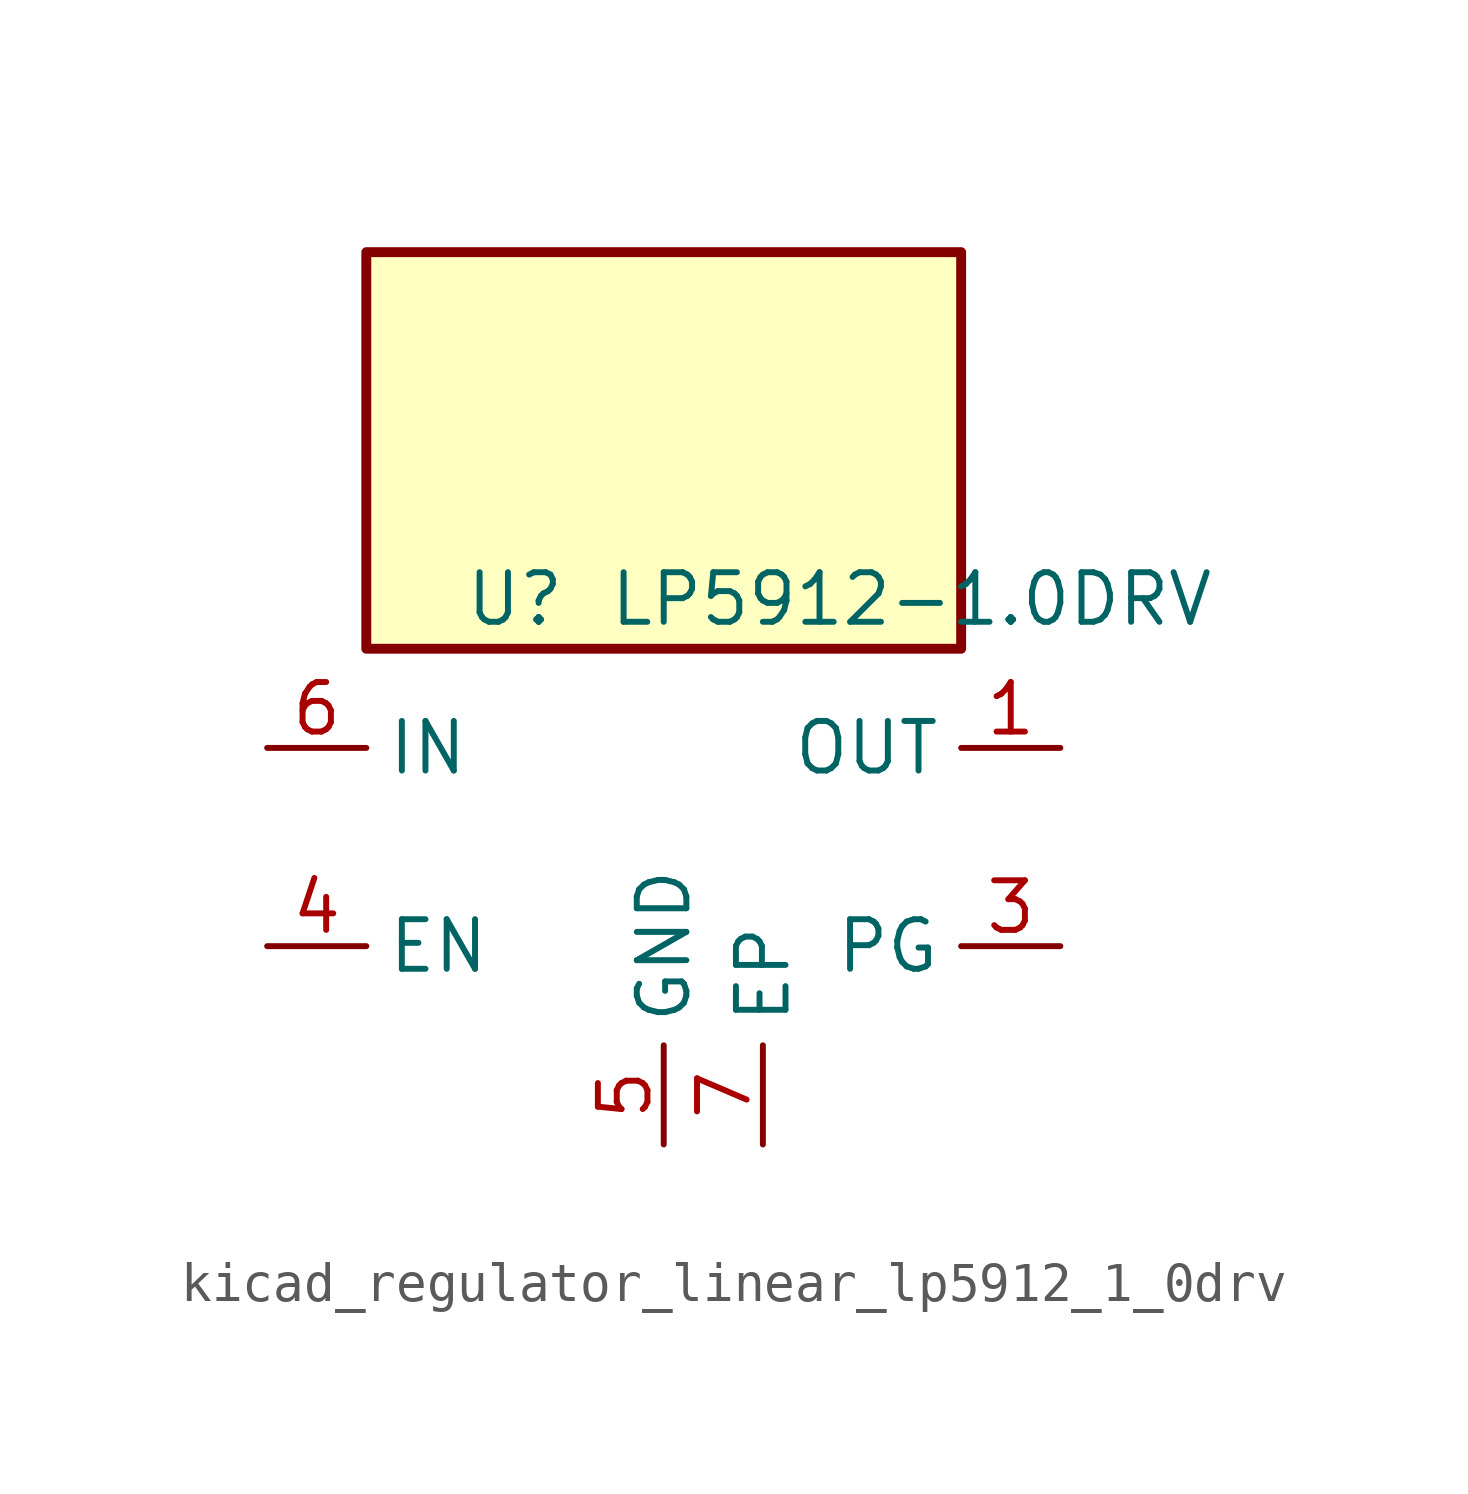
<source format=kicad_sym>
(kicad_symbol_lib
  (version 20220914)
  (generator kicad_symbol_editor)
  (symbol "kicad_regulator_linear_lp5912_1_0drv"
    (property "Reference" "U"
      (at -3.81 6.35 0)
      (effects (font (size 1.27 1.27))))
    (property "Value" "LP5912-1.0DRV"
      (at 6.35 6.35 0)
      (effects (font (size 1.27 1.27))))
    (symbol "kicad_regulator_linear_lp5912_1_0drv_0_1"
      (rectangle (start 7.62 15.24) (end -7.62 5.08) (stroke (width 0.254) (type default)) (fill (type background)))
      (pin power_out line (at 10.16 2.54 180) (length 2.54) (name "OUT" (effects (font (size 1.27 1.27)))) (number "1" (effects (font (size 1.27 1.27)))))
      (pin no_connect line (at 7.62 0 180) (length 2.54) hide (name "NC" (effects (font (size 1.27 1.27)))) (number "2" (effects (font (size 1.27 1.27)))))
      (pin input line (at -10.16 -2.54 0) (length 2.54) (name "EN" (effects (font (size 1.27 1.27)))) (number "4" (effects (font (size 1.27 1.27)))))
      (pin power_in line (at 0 -7.62 90) (length 2.54) (name "GND" (effects (font (size 1.27 1.27)))) (number "5" (effects (font (size 1.27 1.27)))))
      (pin power_in line (at -10.16 2.54 0) (length 2.54) (name "IN" (effects (font (size 1.27 1.27)))) (number "6" (effects (font (size 1.27 1.27))))))
    (symbol "kicad_regulator_linear_lp5912_1_0drv_1_1"
      (pin open_collector line (at 10.16 -2.54 180) (length 2.54) (name "PG" (effects (font (size 1.27 1.27)))) (number "3" (effects (font (size 1.27 1.27)))))
      (pin passive line (at 2.54 -7.62 90) (length 2.54) (name "EP" (effects (font (size 1.27 1.27)))) (number "7" (effects (font (size 1.27 1.27))))))))
</source>
